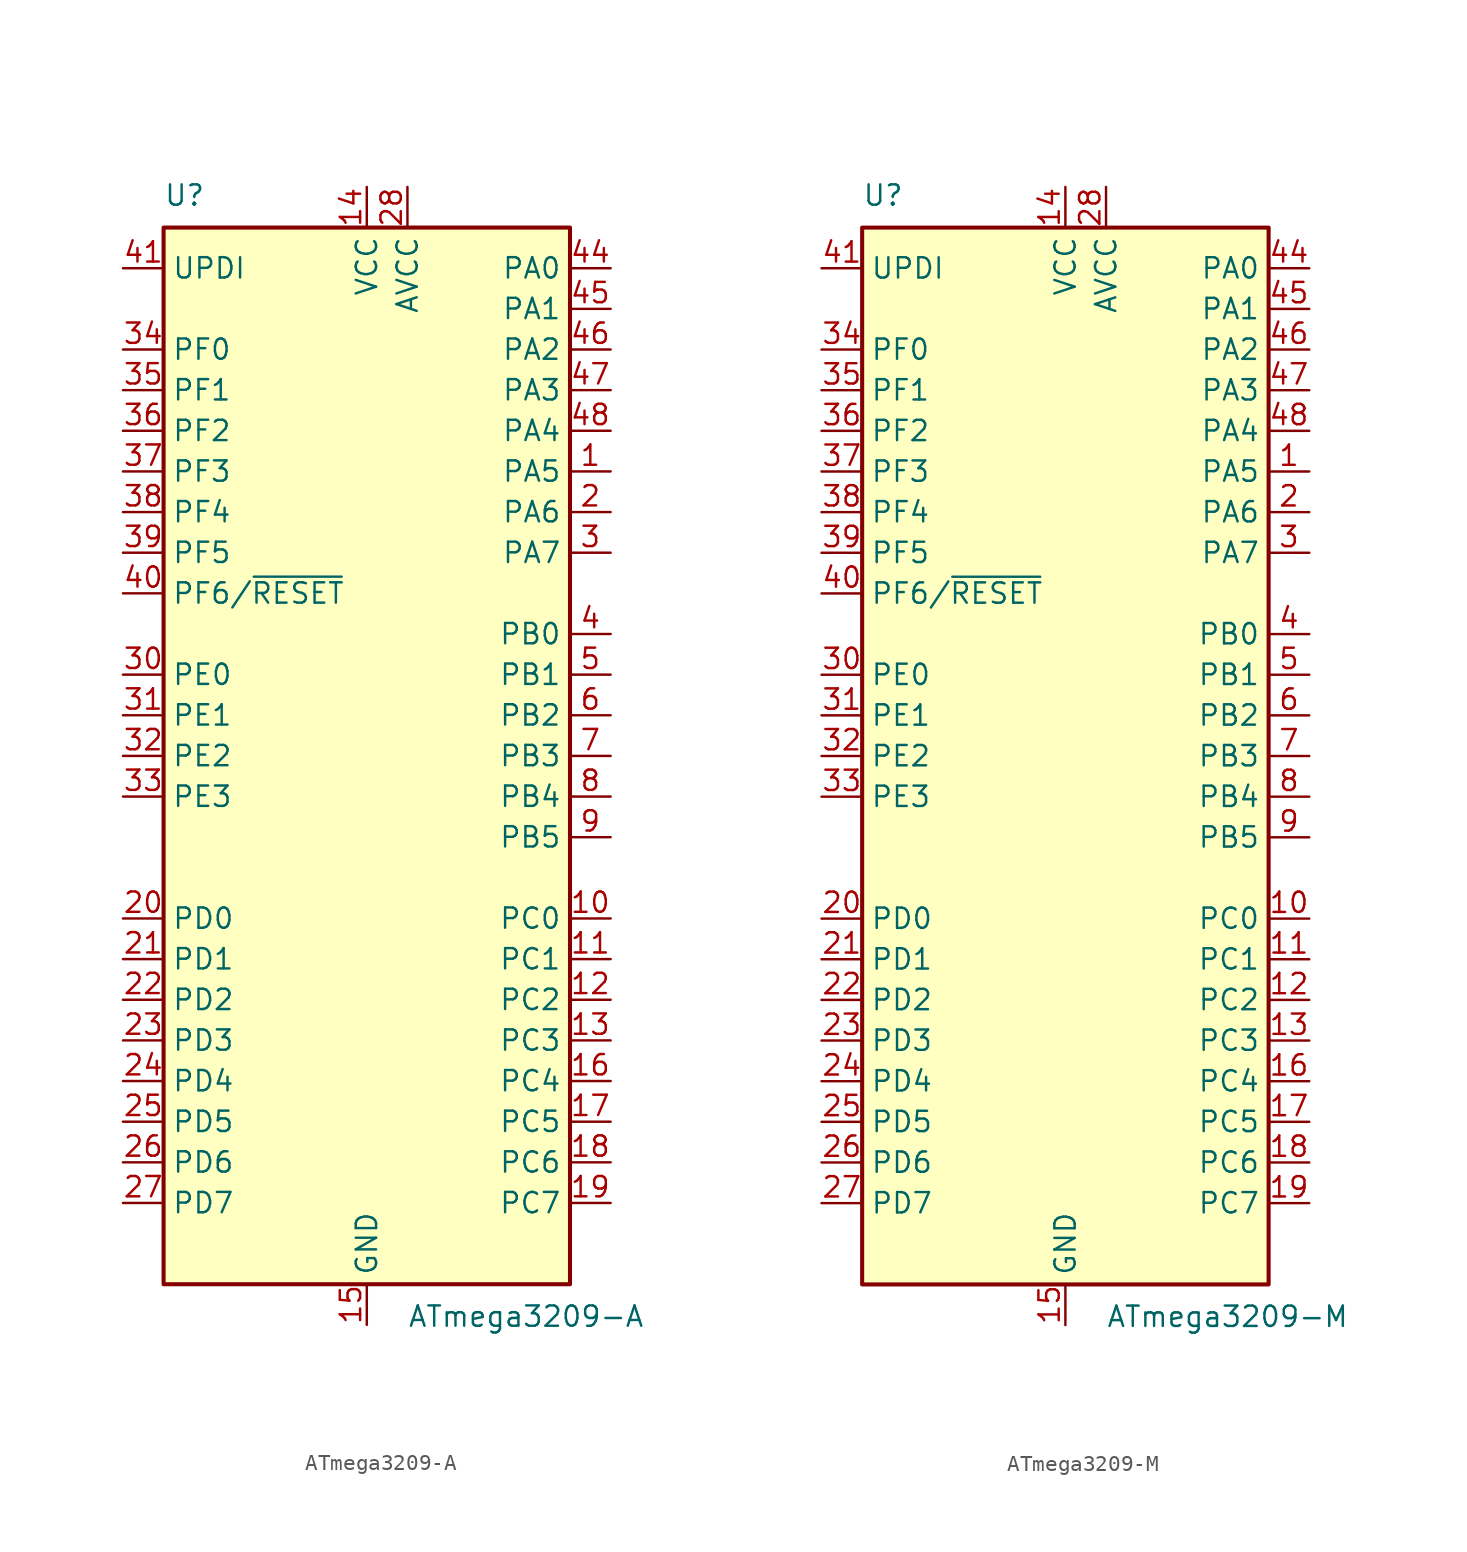
<source format=kicad_sym>
(kicad_symbol_lib
  (version 20201005)
  (generator kicad_symbol_editor)
  (symbol "ATmega3209-A"
    (property "Reference" "U"
      (at -12.7 34.29 0)
      (effects (font (size 1.27 1.27)) (justify left bottom)))
    (property "Value" "ATmega3209-A"
      (at 2.54 -34.29 0)
      (effects (font (size 1.27 1.27)) (justify left top)))
    (symbol "ATmega3209-A_0_1"
      (rectangle (start -12.7 -33.02) (end 12.7 33.02) (stroke (width 0.254)) (fill (type background))))
    (symbol "ATmega3209-A_1_1"
      (pin bidirectional line (at 15.24 17.78 180) (length 2.54) (name "PA5" (effects (font (size 1.27 1.27)))) (number "1" (effects (font (size 1.27 1.27)))))
      (pin bidirectional line (at 15.24 -10.16 180) (length 2.54) (name "PC0" (effects (font (size 1.27 1.27)))) (number "10" (effects (font (size 1.27 1.27)))))
      (pin bidirectional line (at 15.24 -12.7 180) (length 2.54) (name "PC1" (effects (font (size 1.27 1.27)))) (number "11" (effects (font (size 1.27 1.27)))))
      (pin bidirectional line (at 15.24 -15.24 180) (length 2.54) (name "PC2" (effects (font (size 1.27 1.27)))) (number "12" (effects (font (size 1.27 1.27)))))
      (pin bidirectional line (at 15.24 -17.78 180) (length 2.54) (name "PC3" (effects (font (size 1.27 1.27)))) (number "13" (effects (font (size 1.27 1.27)))))
      (pin power_in line (at 0 35.56 270) (length 2.54) (name "VCC" (effects (font (size 1.27 1.27)))) (number "14" (effects (font (size 1.27 1.27)))))
      (pin power_in line (at 0 -35.56 90) (length 2.54) (name "GND" (effects (font (size 1.27 1.27)))) (number "15" (effects (font (size 1.27 1.27)))))
      (pin bidirectional line (at 15.24 -20.32 180) (length 2.54) (name "PC4" (effects (font (size 1.27 1.27)))) (number "16" (effects (font (size 1.27 1.27)))))
      (pin bidirectional line (at 15.24 -22.86 180) (length 2.54) (name "PC5" (effects (font (size 1.27 1.27)))) (number "17" (effects (font (size 1.27 1.27)))))
      (pin bidirectional line (at 15.24 -25.4 180) (length 2.54) (name "PC6" (effects (font (size 1.27 1.27)))) (number "18" (effects (font (size 1.27 1.27)))))
      (pin bidirectional line (at 15.24 -27.94 180) (length 2.54) (name "PC7" (effects (font (size 1.27 1.27)))) (number "19" (effects (font (size 1.27 1.27)))))
      (pin bidirectional line (at 15.24 15.24 180) (length 2.54) (name "PA6" (effects (font (size 1.27 1.27)))) (number "2" (effects (font (size 1.27 1.27)))))
      (pin bidirectional line (at -15.24 -10.16 0) (length 2.54) (name "PD0" (effects (font (size 1.27 1.27)))) (number "20" (effects (font (size 1.27 1.27)))))
      (pin bidirectional line (at -15.24 -12.7 0) (length 2.54) (name "PD1" (effects (font (size 1.27 1.27)))) (number "21" (effects (font (size 1.27 1.27)))))
      (pin bidirectional line (at -15.24 -15.24 0) (length 2.54) (name "PD2" (effects (font (size 1.27 1.27)))) (number "22" (effects (font (size 1.27 1.27)))))
      (pin bidirectional line (at -15.24 -17.78 0) (length 2.54) (name "PD3" (effects (font (size 1.27 1.27)))) (number "23" (effects (font (size 1.27 1.27)))))
      (pin bidirectional line (at -15.24 -20.32 0) (length 2.54) (name "PD4" (effects (font (size 1.27 1.27)))) (number "24" (effects (font (size 1.27 1.27)))))
      (pin bidirectional line (at -15.24 -22.86 0) (length 2.54) (name "PD5" (effects (font (size 1.27 1.27)))) (number "25" (effects (font (size 1.27 1.27)))))
      (pin bidirectional line (at -15.24 -25.4 0) (length 2.54) (name "PD6" (effects (font (size 1.27 1.27)))) (number "26" (effects (font (size 1.27 1.27)))))
      (pin bidirectional line (at -15.24 -27.94 0) (length 2.54) (name "PD7" (effects (font (size 1.27 1.27)))) (number "27" (effects (font (size 1.27 1.27)))))
      (pin power_in line (at 2.54 35.56 270) (length 2.54) (name "AVCC" (effects (font (size 1.27 1.27)))) (number "28" (effects (font (size 1.27 1.27)))))
      (pin passive line (at 0 -35.56 90) (length 2.54) hide (name "GND" (effects (font (size 1.27 1.27)))) (number "29" (effects (font (size 1.27 1.27)))))
      (pin bidirectional line (at 15.24 12.7 180) (length 2.54) (name "PA7" (effects (font (size 1.27 1.27)))) (number "3" (effects (font (size 1.27 1.27)))))
      (pin bidirectional line (at -15.24 5.08 0) (length 2.54) (name "PE0" (effects (font (size 1.27 1.27)))) (number "30" (effects (font (size 1.27 1.27)))))
      (pin bidirectional line (at -15.24 2.54 0) (length 2.54) (name "PE1" (effects (font (size 1.27 1.27)))) (number "31" (effects (font (size 1.27 1.27)))))
      (pin bidirectional line (at -15.24 0 0) (length 2.54) (name "PE2" (effects (font (size 1.27 1.27)))) (number "32" (effects (font (size 1.27 1.27)))))
      (pin bidirectional line (at -15.24 -2.54 0) (length 2.54) (name "PE3" (effects (font (size 1.27 1.27)))) (number "33" (effects (font (size 1.27 1.27)))))
      (pin bidirectional line (at -15.24 25.4 0) (length 2.54) (name "PF0" (effects (font (size 1.27 1.27)))) (number "34" (effects (font (size 1.27 1.27)))))
      (pin bidirectional line (at -15.24 22.86 0) (length 2.54) (name "PF1" (effects (font (size 1.27 1.27)))) (number "35" (effects (font (size 1.27 1.27)))))
      (pin bidirectional line (at -15.24 20.32 0) (length 2.54) (name "PF2" (effects (font (size 1.27 1.27)))) (number "36" (effects (font (size 1.27 1.27)))))
      (pin bidirectional line (at -15.24 17.78 0) (length 2.54) (name "PF3" (effects (font (size 1.27 1.27)))) (number "37" (effects (font (size 1.27 1.27)))))
      (pin bidirectional line (at -15.24 15.24 0) (length 2.54) (name "PF4" (effects (font (size 1.27 1.27)))) (number "38" (effects (font (size 1.27 1.27)))))
      (pin bidirectional line (at -15.24 12.7 0) (length 2.54) (name "PF5" (effects (font (size 1.27 1.27)))) (number "39" (effects (font (size 1.27 1.27)))))
      (pin bidirectional line (at 15.24 7.62 180) (length 2.54) (name "PB0" (effects (font (size 1.27 1.27)))) (number "4" (effects (font (size 1.27 1.27)))))
      (pin bidirectional line (at -15.24 10.16 0) (length 2.54) (name "PF6/~RESET" (effects (font (size 1.27 1.27)))) (number "40" (effects (font (size 1.27 1.27)))))
      (pin bidirectional line (at -15.24 30.48 0) (length 2.54) (name "UPDI" (effects (font (size 1.27 1.27)))) (number "41" (effects (font (size 1.27 1.27)))))
      (pin passive line (at 0 35.56 270) (length 2.54) hide (name "VCC" (effects (font (size 1.27 1.27)))) (number "42" (effects (font (size 1.27 1.27)))))
      (pin passive line (at 0 -35.56 90) (length 2.54) hide (name "GND" (effects (font (size 1.27 1.27)))) (number "43" (effects (font (size 1.27 1.27)))))
      (pin bidirectional line (at 15.24 30.48 180) (length 2.54) (name "PA0" (effects (font (size 1.27 1.27)))) (number "44" (effects (font (size 1.27 1.27)))))
      (pin bidirectional line (at 15.24 27.94 180) (length 2.54) (name "PA1" (effects (font (size 1.27 1.27)))) (number "45" (effects (font (size 1.27 1.27)))))
      (pin bidirectional line (at 15.24 25.4 180) (length 2.54) (name "PA2" (effects (font (size 1.27 1.27)))) (number "46" (effects (font (size 1.27 1.27)))))
      (pin bidirectional line (at 15.24 22.86 180) (length 2.54) (name "PA3" (effects (font (size 1.27 1.27)))) (number "47" (effects (font (size 1.27 1.27)))))
      (pin bidirectional line (at 15.24 20.32 180) (length 2.54) (name "PA4" (effects (font (size 1.27 1.27)))) (number "48" (effects (font (size 1.27 1.27)))))
      (pin bidirectional line (at 15.24 5.08 180) (length 2.54) (name "PB1" (effects (font (size 1.27 1.27)))) (number "5" (effects (font (size 1.27 1.27)))))
      (pin bidirectional line (at 15.24 2.54 180) (length 2.54) (name "PB2" (effects (font (size 1.27 1.27)))) (number "6" (effects (font (size 1.27 1.27)))))
      (pin bidirectional line (at 15.24 0 180) (length 2.54) (name "PB3" (effects (font (size 1.27 1.27)))) (number "7" (effects (font (size 1.27 1.27)))))
      (pin bidirectional line (at 15.24 -2.54 180) (length 2.54) (name "PB4" (effects (font (size 1.27 1.27)))) (number "8" (effects (font (size 1.27 1.27)))))
      (pin bidirectional line (at 15.24 -5.08 180) (length 2.54) (name "PB5" (effects (font (size 1.27 1.27)))) (number "9" (effects (font (size 1.27 1.27)))))))
  (symbol "ATmega3209-M"
    (property "Reference" "U"
      (at -12.7 34.29 0)
      (effects (font (size 1.27 1.27)) (justify left bottom)))
    (property "Value" "ATmega3209-M"
      (at 2.54 -34.29 0)
      (effects (font (size 1.27 1.27)) (justify left top)))
    (symbol "ATmega3209-M_0_1"
      (rectangle (start -12.7 -33.02) (end 12.7 33.02) (stroke (width 0.254)) (fill (type background))))
    (symbol "ATmega3209-M_1_1"
      (pin bidirectional line (at 15.24 17.78 180) (length 2.54) (name "PA5" (effects (font (size 1.27 1.27)))) (number "1" (effects (font (size 1.27 1.27)))))
      (pin bidirectional line (at 15.24 -10.16 180) (length 2.54) (name "PC0" (effects (font (size 1.27 1.27)))) (number "10" (effects (font (size 1.27 1.27)))))
      (pin bidirectional line (at 15.24 -12.7 180) (length 2.54) (name "PC1" (effects (font (size 1.27 1.27)))) (number "11" (effects (font (size 1.27 1.27)))))
      (pin bidirectional line (at 15.24 -15.24 180) (length 2.54) (name "PC2" (effects (font (size 1.27 1.27)))) (number "12" (effects (font (size 1.27 1.27)))))
      (pin bidirectional line (at 15.24 -17.78 180) (length 2.54) (name "PC3" (effects (font (size 1.27 1.27)))) (number "13" (effects (font (size 1.27 1.27)))))
      (pin power_in line (at 0 35.56 270) (length 2.54) (name "VCC" (effects (font (size 1.27 1.27)))) (number "14" (effects (font (size 1.27 1.27)))))
      (pin power_in line (at 0 -35.56 90) (length 2.54) (name "GND" (effects (font (size 1.27 1.27)))) (number "15" (effects (font (size 1.27 1.27)))))
      (pin bidirectional line (at 15.24 -20.32 180) (length 2.54) (name "PC4" (effects (font (size 1.27 1.27)))) (number "16" (effects (font (size 1.27 1.27)))))
      (pin bidirectional line (at 15.24 -22.86 180) (length 2.54) (name "PC5" (effects (font (size 1.27 1.27)))) (number "17" (effects (font (size 1.27 1.27)))))
      (pin bidirectional line (at 15.24 -25.4 180) (length 2.54) (name "PC6" (effects (font (size 1.27 1.27)))) (number "18" (effects (font (size 1.27 1.27)))))
      (pin bidirectional line (at 15.24 -27.94 180) (length 2.54) (name "PC7" (effects (font (size 1.27 1.27)))) (number "19" (effects (font (size 1.27 1.27)))))
      (pin bidirectional line (at 15.24 15.24 180) (length 2.54) (name "PA6" (effects (font (size 1.27 1.27)))) (number "2" (effects (font (size 1.27 1.27)))))
      (pin bidirectional line (at -15.24 -10.16 0) (length 2.54) (name "PD0" (effects (font (size 1.27 1.27)))) (number "20" (effects (font (size 1.27 1.27)))))
      (pin bidirectional line (at -15.24 -12.7 0) (length 2.54) (name "PD1" (effects (font (size 1.27 1.27)))) (number "21" (effects (font (size 1.27 1.27)))))
      (pin bidirectional line (at -15.24 -15.24 0) (length 2.54) (name "PD2" (effects (font (size 1.27 1.27)))) (number "22" (effects (font (size 1.27 1.27)))))
      (pin bidirectional line (at -15.24 -17.78 0) (length 2.54) (name "PD3" (effects (font (size 1.27 1.27)))) (number "23" (effects (font (size 1.27 1.27)))))
      (pin bidirectional line (at -15.24 -20.32 0) (length 2.54) (name "PD4" (effects (font (size 1.27 1.27)))) (number "24" (effects (font (size 1.27 1.27)))))
      (pin bidirectional line (at -15.24 -22.86 0) (length 2.54) (name "PD5" (effects (font (size 1.27 1.27)))) (number "25" (effects (font (size 1.27 1.27)))))
      (pin bidirectional line (at -15.24 -25.4 0) (length 2.54) (name "PD6" (effects (font (size 1.27 1.27)))) (number "26" (effects (font (size 1.27 1.27)))))
      (pin bidirectional line (at -15.24 -27.94 0) (length 2.54) (name "PD7" (effects (font (size 1.27 1.27)))) (number "27" (effects (font (size 1.27 1.27)))))
      (pin power_in line (at 2.54 35.56 270) (length 2.54) (name "AVCC" (effects (font (size 1.27 1.27)))) (number "28" (effects (font (size 1.27 1.27)))))
      (pin passive line (at 0 -35.56 90) (length 2.54) hide (name "GND" (effects (font (size 1.27 1.27)))) (number "29" (effects (font (size 1.27 1.27)))))
      (pin bidirectional line (at 15.24 12.7 180) (length 2.54) (name "PA7" (effects (font (size 1.27 1.27)))) (number "3" (effects (font (size 1.27 1.27)))))
      (pin bidirectional line (at -15.24 5.08 0) (length 2.54) (name "PE0" (effects (font (size 1.27 1.27)))) (number "30" (effects (font (size 1.27 1.27)))))
      (pin bidirectional line (at -15.24 2.54 0) (length 2.54) (name "PE1" (effects (font (size 1.27 1.27)))) (number "31" (effects (font (size 1.27 1.27)))))
      (pin bidirectional line (at -15.24 0 0) (length 2.54) (name "PE2" (effects (font (size 1.27 1.27)))) (number "32" (effects (font (size 1.27 1.27)))))
      (pin bidirectional line (at -15.24 -2.54 0) (length 2.54) (name "PE3" (effects (font (size 1.27 1.27)))) (number "33" (effects (font (size 1.27 1.27)))))
      (pin bidirectional line (at -15.24 25.4 0) (length 2.54) (name "PF0" (effects (font (size 1.27 1.27)))) (number "34" (effects (font (size 1.27 1.27)))))
      (pin bidirectional line (at -15.24 22.86 0) (length 2.54) (name "PF1" (effects (font (size 1.27 1.27)))) (number "35" (effects (font (size 1.27 1.27)))))
      (pin bidirectional line (at -15.24 20.32 0) (length 2.54) (name "PF2" (effects (font (size 1.27 1.27)))) (number "36" (effects (font (size 1.27 1.27)))))
      (pin bidirectional line (at -15.24 17.78 0) (length 2.54) (name "PF3" (effects (font (size 1.27 1.27)))) (number "37" (effects (font (size 1.27 1.27)))))
      (pin bidirectional line (at -15.24 15.24 0) (length 2.54) (name "PF4" (effects (font (size 1.27 1.27)))) (number "38" (effects (font (size 1.27 1.27)))))
      (pin bidirectional line (at -15.24 12.7 0) (length 2.54) (name "PF5" (effects (font (size 1.27 1.27)))) (number "39" (effects (font (size 1.27 1.27)))))
      (pin bidirectional line (at 15.24 7.62 180) (length 2.54) (name "PB0" (effects (font (size 1.27 1.27)))) (number "4" (effects (font (size 1.27 1.27)))))
      (pin bidirectional line (at -15.24 10.16 0) (length 2.54) (name "PF6/~RESET" (effects (font (size 1.27 1.27)))) (number "40" (effects (font (size 1.27 1.27)))))
      (pin bidirectional line (at -15.24 30.48 0) (length 2.54) (name "UPDI" (effects (font (size 1.27 1.27)))) (number "41" (effects (font (size 1.27 1.27)))))
      (pin passive line (at 0 35.56 270) (length 2.54) hide (name "VCC" (effects (font (size 1.27 1.27)))) (number "42" (effects (font (size 1.27 1.27)))))
      (pin passive line (at 0 -35.56 90) (length 2.54) hide (name "GND" (effects (font (size 1.27 1.27)))) (number "43" (effects (font (size 1.27 1.27)))))
      (pin bidirectional line (at 15.24 30.48 180) (length 2.54) (name "PA0" (effects (font (size 1.27 1.27)))) (number "44" (effects (font (size 1.27 1.27)))))
      (pin bidirectional line (at 15.24 27.94 180) (length 2.54) (name "PA1" (effects (font (size 1.27 1.27)))) (number "45" (effects (font (size 1.27 1.27)))))
      (pin bidirectional line (at 15.24 25.4 180) (length 2.54) (name "PA2" (effects (font (size 1.27 1.27)))) (number "46" (effects (font (size 1.27 1.27)))))
      (pin bidirectional line (at 15.24 22.86 180) (length 2.54) (name "PA3" (effects (font (size 1.27 1.27)))) (number "47" (effects (font (size 1.27 1.27)))))
      (pin bidirectional line (at 15.24 20.32 180) (length 2.54) (name "PA4" (effects (font (size 1.27 1.27)))) (number "48" (effects (font (size 1.27 1.27)))))
      (pin passive line (at 0 -35.56 90) (length 2.54) hide (name "GND" (effects (font (size 1.27 1.27)))) (number "49" (effects (font (size 1.27 1.27)))))
      (pin bidirectional line (at 15.24 5.08 180) (length 2.54) (name "PB1" (effects (font (size 1.27 1.27)))) (number "5" (effects (font (size 1.27 1.27)))))
      (pin bidirectional line (at 15.24 2.54 180) (length 2.54) (name "PB2" (effects (font (size 1.27 1.27)))) (number "6" (effects (font (size 1.27 1.27)))))
      (pin bidirectional line (at 15.24 0 180) (length 2.54) (name "PB3" (effects (font (size 1.27 1.27)))) (number "7" (effects (font (size 1.27 1.27)))))
      (pin bidirectional line (at 15.24 -2.54 180) (length 2.54) (name "PB4" (effects (font (size 1.27 1.27)))) (number "8" (effects (font (size 1.27 1.27)))))
      (pin bidirectional line (at 15.24 -5.08 180) (length 2.54) (name "PB5" (effects (font (size 1.27 1.27)))) (number "9" (effects (font (size 1.27 1.27))))))))
</source>
